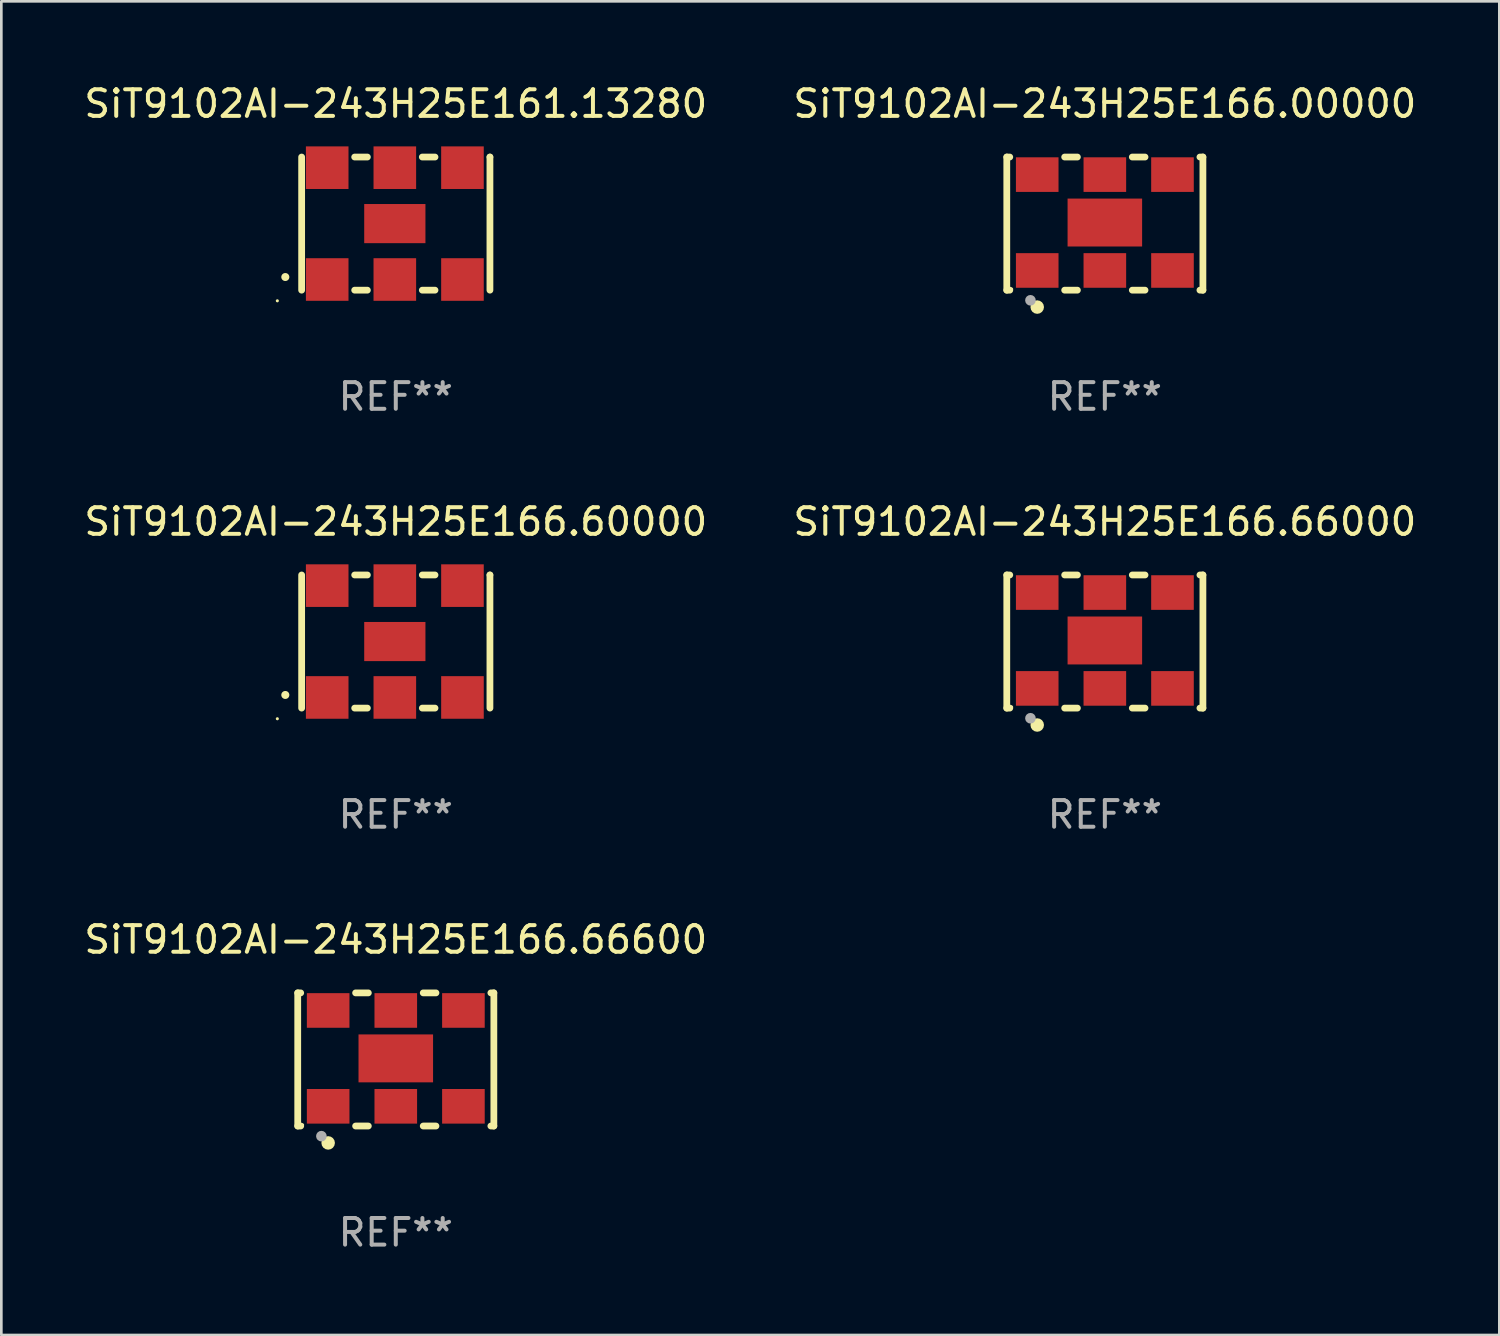
<source format=kicad_pcb>
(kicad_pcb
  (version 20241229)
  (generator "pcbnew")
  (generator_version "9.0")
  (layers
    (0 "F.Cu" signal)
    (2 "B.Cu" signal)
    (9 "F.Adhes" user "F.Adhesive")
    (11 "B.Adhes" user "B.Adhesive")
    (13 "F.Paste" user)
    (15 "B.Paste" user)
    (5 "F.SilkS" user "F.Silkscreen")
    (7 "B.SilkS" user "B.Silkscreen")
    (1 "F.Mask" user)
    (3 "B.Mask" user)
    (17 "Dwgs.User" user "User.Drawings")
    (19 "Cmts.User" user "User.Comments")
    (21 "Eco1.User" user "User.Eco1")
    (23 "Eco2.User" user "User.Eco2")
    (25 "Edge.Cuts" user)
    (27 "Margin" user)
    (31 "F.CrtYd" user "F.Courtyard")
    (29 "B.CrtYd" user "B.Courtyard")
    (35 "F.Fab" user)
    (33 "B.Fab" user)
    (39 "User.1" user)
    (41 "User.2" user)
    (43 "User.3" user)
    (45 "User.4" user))
  (footprint "SiT9102AI-243H25E161.13280"
    (layer "F.Cu")
    (at 11.815 5.348)
    (property "Reference" "SiT9102AI-243H25E161.13280" (at 0 -4.5 0) (layer "F.SilkS") (effects (font (size 1 1) (thickness 0.15))))
    (attr through_hole)
    (fp_line (start -3.536 -2.5) (end -3.536 2.5) (stroke (width 0.254) (type solid)) (layer "F.SilkS"))
    (fp_line (start -1.544 2.5) (end -1.067 2.5) (stroke (width 0.254) (type solid)) (layer "F.SilkS"))
    (fp_line (start -1.067 -2.5) (end -1.544 -2.5) (stroke (width 0.254) (type solid)) (layer "F.SilkS"))
    (fp_line (start 0.996 2.5) (end 1.473 2.5) (stroke (width 0.254) (type solid)) (layer "F.SilkS"))
    (fp_line (start 1.473 -2.5) (end 0.996 -2.5) (stroke (width 0.254) (type solid)) (layer "F.SilkS"))
    (fp_line (start 3.536 -2.5) (end 3.536 -2.5) (stroke (width 0.254) (type solid)) (layer "F.SilkS"))
    (fp_line (start 3.536 2.5) (end 3.536 -2.5) (stroke (width 0.254) (type solid)) (layer "F.SilkS"))
    (fp_arc (start -4.150432 2.006604) (mid -4.149162 2.006599) (end -4.147892 2.006604) (stroke (width 0.3) (type solid)) (layer "F.SilkS"))
    (fp_circle (center -4.449 2.9) (end -4.419 2.9) (stroke (width 0.06) (type solid)) (fill no) (layer "F.SilkS"))
    (fp_text user "REF**" (at 0 6.5 0) (layer "F.Fab") (effects (font (size 1 1) (thickness 0.15))))
    (pad "1" smd rect (at -2.576 2.1) (size 1.6 1.6) (layers "F.Cu" "F.Mask" "F.Paste"))
    (pad "2" smd rect (at -0.036 2.1) (size 1.6 1.6) (layers "F.Cu" "F.Mask" "F.Paste"))
    (pad "3" smd rect (at 2.504 2.1) (size 1.6 1.6) (layers "F.Cu" "F.Mask" "F.Paste"))
    (pad "4" smd rect (at 2.504 -2.1) (size 1.6 1.6) (layers "F.Cu" "F.Mask" "F.Paste"))
    (pad "5" smd rect (at -0.036 -2.1) (size 1.6 1.6) (layers "F.Cu" "F.Mask" "F.Paste"))
    (pad "6" smd rect (at -2.576 -2.1) (size 1.6 1.6) (layers "F.Cu" "F.Mask" "F.Paste"))
    (pad "7" smd rect (at -0.036 0) (size 2.3 1.47) (layers "F.Cu" "F.Mask" "F.Paste")))
  (footprint "SiT9102AI-243H25E166.66000"
    (layer "F.Cu")
    (at 38.446 21.045)
    (property "Reference" "SiT9102AI-243H25E166.66000" (at 0 -4.5 0) (layer "F.SilkS") (effects (font (size 1 1) (thickness 0.15))))
    (attr through_hole)
    (fp_line (start -3.683 -2.5) (end -3.571 -2.5) (stroke (width 0.254) (type solid)) (layer "F.SilkS"))
    (fp_line (start -3.683 2.5) (end -3.683 -2.5) (stroke (width 0.254) (type solid)) (layer "F.SilkS"))
    (fp_line (start -3.683 2.5) (end -3.571 2.5) (stroke (width 0.254) (type solid)) (layer "F.SilkS"))
    (fp_line (start -1.509 -2.5) (end -1.031 -2.5) (stroke (width 0.254) (type solid)) (layer "F.SilkS"))
    (fp_line (start -1.509 2.5) (end -1.031 2.5) (stroke (width 0.254) (type solid)) (layer "F.SilkS"))
    (fp_line (start 1.031 -2.5) (end 1.509 -2.5) (stroke (width 0.254) (type solid)) (layer "F.SilkS"))
    (fp_line (start 1.031 2.5) (end 1.509 2.5) (stroke (width 0.254) (type solid)) (layer "F.SilkS"))
    (fp_line (start 3.571 -2.5) (end 3.683 -2.5) (stroke (width 0.254) (type solid)) (layer "F.SilkS"))
    (fp_line (start 3.571 2.5) (end 3.683 2.5) (stroke (width 0.254) (type solid)) (layer "F.SilkS"))
    (fp_line (start 3.683 2.5) (end 3.683 -2.5) (stroke (width 0.254) (type solid)) (layer "F.SilkS"))
    (fp_circle (center -3.5 2.46) (end -3.47 2.46) (stroke (width 0.06) (type solid)) (fill no) (layer "F.SilkS"))
    (fp_circle (center -2.54 3.135) (end -2.413 3.135) (stroke (width 0.254) (type solid)) (fill no) (layer "F.SilkS"))
    (fp_circle (center -2.794 2.881) (end -2.694 2.881) (stroke (width 0.2) (type solid)) (fill no) (layer "F.Fab"))
    (fp_text user "REF**" (at 0 6.5 0) (layer "F.Fab") (effects (font (size 1 1) (thickness 0.15))))
    (pad "1" smd rect (at -2.54 1.76) (size 1.6 1.3) (layers "F.Cu" "F.Mask" "F.Paste"))
    (pad "2" smd rect (at 0 1.76) (size 1.6 1.3) (layers "F.Cu" "F.Mask" "F.Paste"))
    (pad "3" smd rect (at 2.54 1.76) (size 1.6 1.3) (layers "F.Cu" "F.Mask" "F.Paste"))
    (pad "4" smd rect (at 2.54 -1.84) (size 1.6 1.3) (layers "F.Cu" "F.Mask" "F.Paste"))
    (pad "5" smd rect (at 0 -1.84) (size 1.6 1.3) (layers "F.Cu" "F.Mask" "F.Paste"))
    (pad "6" smd rect (at -2.54 -1.84) (size 1.6 1.3) (layers "F.Cu" "F.Mask" "F.Paste"))
    (pad "7" smd rect (at 0 -0.04) (size 2.8 1.8) (layers "F.Cu" "F.Mask" "F.Paste")))
  (footprint "SiT9102AI-243H25E166.66600"
    (layer "F.Cu")
    (at 11.815 36.741)
    (property "Reference" "SiT9102AI-243H25E166.66600" (at 0 -4.5 0) (layer "F.SilkS") (effects (font (size 1 1) (thickness 0.15))))
    (attr through_hole)
    (fp_line (start -3.683 -2.5) (end -3.571 -2.5) (stroke (width 0.254) (type solid)) (layer "F.SilkS"))
    (fp_line (start -3.683 2.5) (end -3.683 -2.5) (stroke (width 0.254) (type solid)) (layer "F.SilkS"))
    (fp_line (start -3.683 2.5) (end -3.571 2.5) (stroke (width 0.254) (type solid)) (layer "F.SilkS"))
    (fp_line (start -1.509 -2.5) (end -1.031 -2.5) (stroke (width 0.254) (type solid)) (layer "F.SilkS"))
    (fp_line (start -1.509 2.5) (end -1.031 2.5) (stroke (width 0.254) (type solid)) (layer "F.SilkS"))
    (fp_line (start 1.031 -2.5) (end 1.509 -2.5) (stroke (width 0.254) (type solid)) (layer "F.SilkS"))
    (fp_line (start 1.031 2.5) (end 1.509 2.5) (stroke (width 0.254) (type solid)) (layer "F.SilkS"))
    (fp_line (start 3.571 -2.5) (end 3.683 -2.5) (stroke (width 0.254) (type solid)) (layer "F.SilkS"))
    (fp_line (start 3.571 2.5) (end 3.683 2.5) (stroke (width 0.254) (type solid)) (layer "F.SilkS"))
    (fp_line (start 3.683 2.5) (end 3.683 -2.5) (stroke (width 0.254) (type solid)) (layer "F.SilkS"))
    (fp_circle (center -3.5 2.46) (end -3.47 2.46) (stroke (width 0.06) (type solid)) (fill no) (layer "F.SilkS"))
    (fp_circle (center -2.54 3.135) (end -2.413 3.135) (stroke (width 0.254) (type solid)) (fill no) (layer "F.SilkS"))
    (fp_circle (center -2.794 2.881) (end -2.694 2.881) (stroke (width 0.2) (type solid)) (fill no) (layer "F.Fab"))
    (fp_text user "REF**" (at 0 6.5 0) (layer "F.Fab") (effects (font (size 1 1) (thickness 0.15))))
    (pad "1" smd rect (at -2.54 1.76) (size 1.6 1.3) (layers "F.Cu" "F.Mask" "F.Paste"))
    (pad "2" smd rect (at 0 1.76) (size 1.6 1.3) (layers "F.Cu" "F.Mask" "F.Paste"))
    (pad "3" smd rect (at 2.54 1.76) (size 1.6 1.3) (layers "F.Cu" "F.Mask" "F.Paste"))
    (pad "4" smd rect (at 2.54 -1.84) (size 1.6 1.3) (layers "F.Cu" "F.Mask" "F.Paste"))
    (pad "5" smd rect (at 0 -1.84) (size 1.6 1.3) (layers "F.Cu" "F.Mask" "F.Paste"))
    (pad "6" smd rect (at -2.54 -1.84) (size 1.6 1.3) (layers "F.Cu" "F.Mask" "F.Paste"))
    (pad "7" smd rect (at 0 -0.04) (size 2.8 1.8) (layers "F.Cu" "F.Mask" "F.Paste")))
  (footprint "SiT9102AI-243H25E166.00000"
    (layer "F.Cu")
    (at 38.446 5.348)
    (property "Reference" "SiT9102AI-243H25E166.00000" (at 0 -4.5 0) (layer "F.SilkS") (effects (font (size 1 1) (thickness 0.15))))
    (attr through_hole)
    (fp_line (start -3.683 -2.5) (end -3.571 -2.5) (stroke (width 0.254) (type solid)) (layer "F.SilkS"))
    (fp_line (start -3.683 2.5) (end -3.683 -2.5) (stroke (width 0.254) (type solid)) (layer "F.SilkS"))
    (fp_line (start -3.683 2.5) (end -3.571 2.5) (stroke (width 0.254) (type solid)) (layer "F.SilkS"))
    (fp_line (start -1.509 -2.5) (end -1.031 -2.5) (stroke (width 0.254) (type solid)) (layer "F.SilkS"))
    (fp_line (start -1.509 2.5) (end -1.031 2.5) (stroke (width 0.254) (type solid)) (layer "F.SilkS"))
    (fp_line (start 1.031 -2.5) (end 1.509 -2.5) (stroke (width 0.254) (type solid)) (layer "F.SilkS"))
    (fp_line (start 1.031 2.5) (end 1.509 2.5) (stroke (width 0.254) (type solid)) (layer "F.SilkS"))
    (fp_line (start 3.571 -2.5) (end 3.683 -2.5) (stroke (width 0.254) (type solid)) (layer "F.SilkS"))
    (fp_line (start 3.571 2.5) (end 3.683 2.5) (stroke (width 0.254) (type solid)) (layer "F.SilkS"))
    (fp_line (start 3.683 2.5) (end 3.683 -2.5) (stroke (width 0.254) (type solid)) (layer "F.SilkS"))
    (fp_circle (center -3.5 2.46) (end -3.47 2.46) (stroke (width 0.06) (type solid)) (fill no) (layer "F.SilkS"))
    (fp_circle (center -2.54 3.135) (end -2.413 3.135) (stroke (width 0.254) (type solid)) (fill no) (layer "F.SilkS"))
    (fp_circle (center -2.794 2.881) (end -2.694 2.881) (stroke (width 0.2) (type solid)) (fill no) (layer "F.Fab"))
    (fp_text user "REF**" (at 0 6.5 0) (layer "F.Fab") (effects (font (size 1 1) (thickness 0.15))))
    (pad "1" smd rect (at -2.54 1.76) (size 1.6 1.3) (layers "F.Cu" "F.Mask" "F.Paste"))
    (pad "2" smd rect (at 0 1.76) (size 1.6 1.3) (layers "F.Cu" "F.Mask" "F.Paste"))
    (pad "3" smd rect (at 2.54 1.76) (size 1.6 1.3) (layers "F.Cu" "F.Mask" "F.Paste"))
    (pad "4" smd rect (at 2.54 -1.84) (size 1.6 1.3) (layers "F.Cu" "F.Mask" "F.Paste"))
    (pad "5" smd rect (at 0 -1.84) (size 1.6 1.3) (layers "F.Cu" "F.Mask" "F.Paste"))
    (pad "6" smd rect (at -2.54 -1.84) (size 1.6 1.3) (layers "F.Cu" "F.Mask" "F.Paste"))
    (pad "7" smd rect (at 0 -0.04) (size 2.8 1.8) (layers "F.Cu" "F.Mask" "F.Paste")))
  (footprint "SiT9102AI-243H25E166.60000"
    (layer "F.Cu")
    (at 11.815 21.045)
    (property "Reference" "SiT9102AI-243H25E166.60000" (at 0 -4.5 0) (layer "F.SilkS") (effects (font (size 1 1) (thickness 0.15))))
    (attr through_hole)
    (fp_line (start -3.536 -2.5) (end -3.536 2.5) (stroke (width 0.254) (type solid)) (layer "F.SilkS"))
    (fp_line (start -1.544 2.5) (end -1.067 2.5) (stroke (width 0.254) (type solid)) (layer "F.SilkS"))
    (fp_line (start -1.067 -2.5) (end -1.544 -2.5) (stroke (width 0.254) (type solid)) (layer "F.SilkS"))
    (fp_line (start 0.996 2.5) (end 1.473 2.5) (stroke (width 0.254) (type solid)) (layer "F.SilkS"))
    (fp_line (start 1.473 -2.5) (end 0.996 -2.5) (stroke (width 0.254) (type solid)) (layer "F.SilkS"))
    (fp_line (start 3.536 -2.5) (end 3.536 -2.5) (stroke (width 0.254) (type solid)) (layer "F.SilkS"))
    (fp_line (start 3.536 2.5) (end 3.536 -2.5) (stroke (width 0.254) (type solid)) (layer "F.SilkS"))
    (fp_arc (start -4.150432 2.006604) (mid -4.149162 2.006599) (end -4.147892 2.006604) (stroke (width 0.3) (type solid)) (layer "F.SilkS"))
    (fp_circle (center -4.449 2.9) (end -4.419 2.9) (stroke (width 0.06) (type solid)) (fill no) (layer "F.SilkS"))
    (fp_text user "REF**" (at 0 6.5 0) (layer "F.Fab") (effects (font (size 1 1) (thickness 0.15))))
    (pad "1" smd rect (at -2.576 2.1) (size 1.6 1.6) (layers "F.Cu" "F.Mask" "F.Paste"))
    (pad "2" smd rect (at -0.036 2.1) (size 1.6 1.6) (layers "F.Cu" "F.Mask" "F.Paste"))
    (pad "3" smd rect (at 2.504 2.1) (size 1.6 1.6) (layers "F.Cu" "F.Mask" "F.Paste"))
    (pad "4" smd rect (at 2.504 -2.1) (size 1.6 1.6) (layers "F.Cu" "F.Mask" "F.Paste"))
    (pad "5" smd rect (at -0.036 -2.1) (size 1.6 1.6) (layers "F.Cu" "F.Mask" "F.Paste"))
    (pad "6" smd rect (at -2.576 -2.1) (size 1.6 1.6) (layers "F.Cu" "F.Mask" "F.Paste"))
    (pad "7" smd rect (at -0.036 0) (size 2.3 1.47) (layers "F.Cu" "F.Mask" "F.Paste")))
  (gr_rect
    (start -3 -3)
    (end 53.262 47.09)
    (stroke (width 0.1) (type default))
    (fill no)
    (layer "Edge.Cuts")))
</source>
